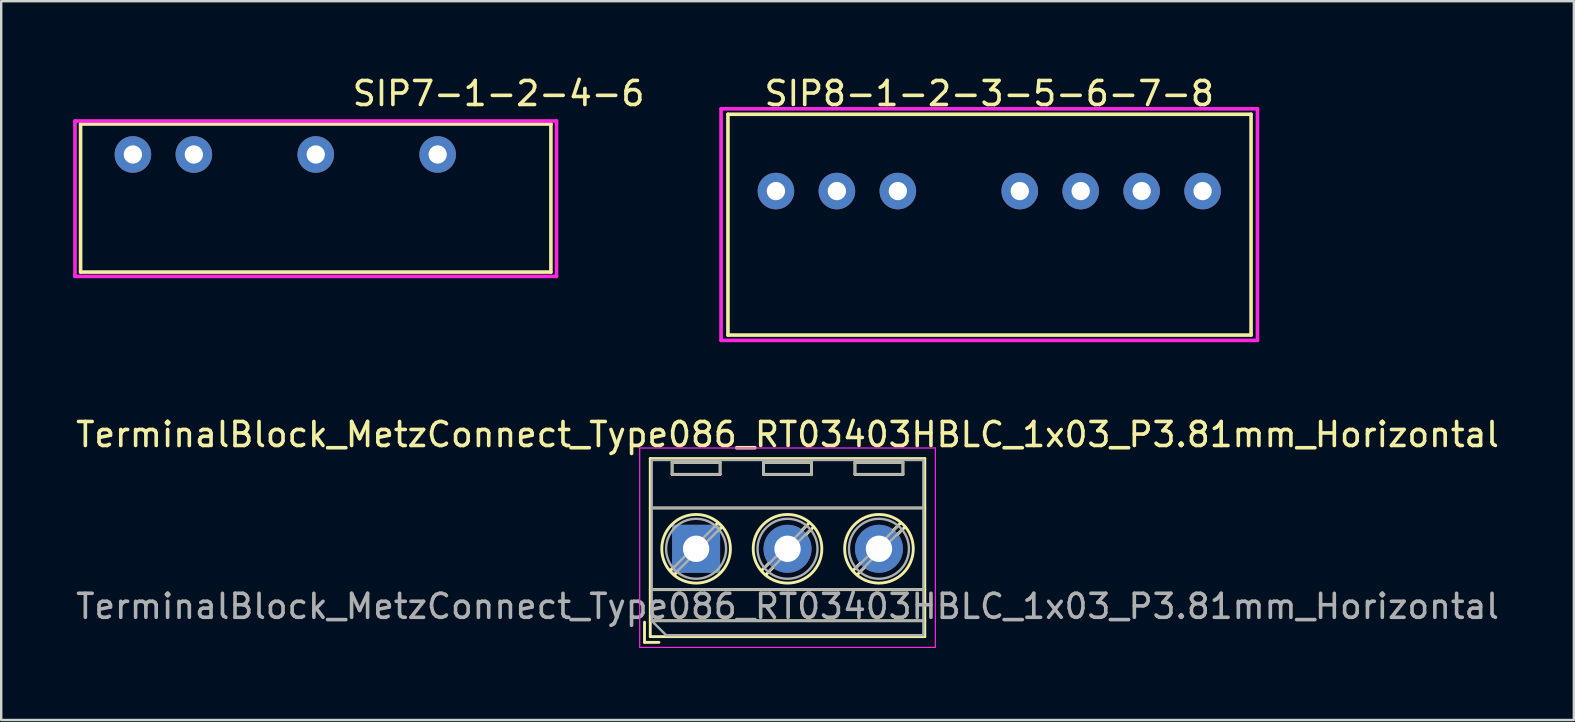
<source format=kicad_pcb>
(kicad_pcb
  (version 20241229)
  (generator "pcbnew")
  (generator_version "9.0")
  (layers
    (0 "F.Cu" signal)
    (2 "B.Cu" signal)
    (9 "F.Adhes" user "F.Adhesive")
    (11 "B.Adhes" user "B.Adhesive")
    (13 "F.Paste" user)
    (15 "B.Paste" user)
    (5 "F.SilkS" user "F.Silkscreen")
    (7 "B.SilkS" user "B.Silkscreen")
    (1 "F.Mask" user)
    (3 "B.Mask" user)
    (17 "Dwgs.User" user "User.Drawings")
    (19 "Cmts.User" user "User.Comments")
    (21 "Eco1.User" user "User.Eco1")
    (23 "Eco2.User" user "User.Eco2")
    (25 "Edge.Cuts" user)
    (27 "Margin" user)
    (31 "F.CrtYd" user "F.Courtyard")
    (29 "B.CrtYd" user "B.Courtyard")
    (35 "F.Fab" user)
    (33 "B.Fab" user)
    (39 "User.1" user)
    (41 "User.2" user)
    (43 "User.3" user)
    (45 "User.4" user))
  (footprint "SIP7-1-2-4-6"
    (layer "F.Cu")
    (at 10.108 3.388)
    (property "Reference" "SIP7-1-2-4-6" (at 7.62 -2.54 0) (layer "F.SilkS") (effects (font (size 1 1) (thickness 0.15))))
    (attr through_hole)
    (fp_line (start -9.8 -1.27) (end 9.8 -1.27) (stroke (width 0.15) (type solid)) (layer "F.SilkS"))
    (fp_line (start -9.8 4.9) (end -9.8 -1.27) (stroke (width 0.15) (type solid)) (layer "F.SilkS"))
    (fp_line (start -9.8 4.9) (end 9.8 4.9) (stroke (width 0.15) (type solid)) (layer "F.SilkS"))
    (fp_line (start 9.8 4.9) (end 9.8 -1.27) (stroke (width 0.15) (type solid)) (layer "F.SilkS"))
    (fp_line (start -10.033 -1.397) (end -10.033 5.08) (stroke (width 0.15) (type solid)) (layer "F.CrtYd"))
    (fp_line (start -10.033 5.08) (end 10.033 5.08) (stroke (width 0.15) (type solid)) (layer "F.CrtYd"))
    (fp_line (start 10.033 -1.397) (end -10.033 -1.397) (stroke (width 0.15) (type solid)) (layer "F.CrtYd"))
    (fp_line (start 10.033 5.08) (end 10.033 -1.397) (stroke (width 0.15) (type solid)) (layer "F.CrtYd"))
    (pad "1" thru_hole circle (at -7.62 0) (size 1.524 1.524) (drill 0.762) (layers "*.Cu" "*.Mask"))
    (pad "2" thru_hole circle (at -5.08 0) (size 1.524 1.524) (drill 0.762) (layers "*.Cu" "*.Mask"))
    (pad "4" thru_hole circle (at 0 0) (size 1.524 1.524) (drill 0.762) (layers "*.Cu" "*.Mask"))
    (pad "6" thru_hole circle (at 5.08 0) (size 1.524 1.524) (drill 0.762) (layers "*.Cu" "*.Mask")))
  (footprint "TerminalBlock_MetzConnect_Type086_RT03403HBLC_1x03_P3.81mm_Horizontal"
    (layer "F.Cu")
    (at 25.958 19.819)
    (property "Reference" "TerminalBlock_MetzConnect_Type086_RT03403HBLC_1x03_P3.81mm_Horizontal" (at 3.81 -4.76 0) (layer "F.SilkS") (effects (font (size 1 1) (thickness 0.15))))
    (attr through_hole)
    (fp_line (start -2.15 3.06) (end -2.15 3.9) (stroke (width 0.12) (type solid)) (layer "F.SilkS"))
    (fp_line (start -2.15 3.9) (end -1.55 3.9) (stroke (width 0.12) (type solid)) (layer "F.SilkS"))
    (fp_line (start -1.91 -3.76) (end -1.91 3.66) (stroke (width 0.12) (type solid)) (layer "F.SilkS"))
    (fp_line (start -1.91 -3.76) (end 9.53 -3.76) (stroke (width 0.12) (type solid)) (layer "F.SilkS"))
    (fp_line (start -1.91 -1.7) (end 9.53 -1.7) (stroke (width 0.12) (type solid)) (layer "F.SilkS"))
    (fp_line (start -1.91 1.701) (end 9.53 1.701) (stroke (width 0.12) (type solid)) (layer "F.SilkS"))
    (fp_line (start -1.91 3) (end 9.53 3) (stroke (width 0.12) (type solid)) (layer "F.SilkS"))
    (fp_line (start -1.91 3.66) (end 9.53 3.66) (stroke (width 0.12) (type solid)) (layer "F.SilkS"))
    (fp_line (start -1 -3.6) (end -1 -3.1) (stroke (width 0.12) (type solid)) (layer "F.SilkS"))
    (fp_line (start -1 -3.6) (end 1 -3.6) (stroke (width 0.12) (type solid)) (layer "F.SilkS"))
    (fp_line (start -1 -3.1) (end 1 -3.1) (stroke (width 0.12) (type solid)) (layer "F.SilkS"))
    (fp_line (start -0.946 0.771) (end -1.085 0.91) (stroke (width 0.12) (type solid)) (layer "F.SilkS"))
    (fp_line (start -0.771 0.945) (end -0.911 1.085) (stroke (width 0.12) (type solid)) (layer "F.SilkS"))
    (fp_line (start 0.911 -1.085) (end 0.771 -0.945) (stroke (width 0.12) (type solid)) (layer "F.SilkS"))
    (fp_line (start 1 -3.6) (end 1 -3.1) (stroke (width 0.12) (type solid)) (layer "F.SilkS"))
    (fp_line (start 1.085 -0.91) (end 0.945 -0.771) (stroke (width 0.12) (type solid)) (layer "F.SilkS"))
    (fp_line (start 2.81 -3.6) (end 2.81 -3.1) (stroke (width 0.12) (type solid)) (layer "F.SilkS"))
    (fp_line (start 2.81 -3.6) (end 4.81 -3.6) (stroke (width 0.12) (type solid)) (layer "F.SilkS"))
    (fp_line (start 2.81 -3.1) (end 4.81 -3.1) (stroke (width 0.12) (type solid)) (layer "F.SilkS"))
    (fp_line (start 3.025 0.611) (end 2.726 0.91) (stroke (width 0.12) (type solid)) (layer "F.SilkS"))
    (fp_line (start 3.2 0.786) (end 2.9 1.085) (stroke (width 0.12) (type solid)) (layer "F.SilkS"))
    (fp_line (start 4.721 -1.085) (end 4.421 -0.786) (stroke (width 0.12) (type solid)) (layer "F.SilkS"))
    (fp_line (start 4.81 -3.6) (end 4.81 -3.1) (stroke (width 0.12) (type solid)) (layer "F.SilkS"))
    (fp_line (start 4.895 -0.91) (end 4.596 -0.611) (stroke (width 0.12) (type solid)) (layer "F.SilkS"))
    (fp_line (start 6.62 -3.6) (end 6.62 -3.1) (stroke (width 0.12) (type solid)) (layer "F.SilkS"))
    (fp_line (start 6.62 -3.6) (end 8.62 -3.6) (stroke (width 0.12) (type solid)) (layer "F.SilkS"))
    (fp_line (start 6.62 -3.1) (end 8.62 -3.1) (stroke (width 0.12) (type solid)) (layer "F.SilkS"))
    (fp_line (start 6.835 0.611) (end 6.536 0.91) (stroke (width 0.12) (type solid)) (layer "F.SilkS"))
    (fp_line (start 7.01 0.786) (end 6.71 1.085) (stroke (width 0.12) (type solid)) (layer "F.SilkS"))
    (fp_line (start 8.531 -1.085) (end 8.231 -0.786) (stroke (width 0.12) (type solid)) (layer "F.SilkS"))
    (fp_line (start 8.62 -3.6) (end 8.62 -3.1) (stroke (width 0.12) (type solid)) (layer "F.SilkS"))
    (fp_line (start 8.705 -0.91) (end 8.406 -0.611) (stroke (width 0.12) (type solid)) (layer "F.SilkS"))
    (fp_line (start 9.53 -3.76) (end 9.53 3.66) (stroke (width 0.12) (type solid)) (layer "F.SilkS"))
    (fp_circle (center 0 0) (end 1.43 0) (stroke (width 0.12) (type solid)) (fill no) (layer "F.SilkS"))
    (fp_circle (center 3.81 0) (end 5.24 0) (stroke (width 0.12) (type solid)) (fill no) (layer "F.SilkS"))
    (fp_circle (center 7.62 0) (end 9.05 0) (stroke (width 0.12) (type solid)) (fill no) (layer "F.SilkS"))
    (fp_line (start -2.35 -4.2) (end -2.35 4.11) (stroke (width 0.05) (type solid)) (layer "F.CrtYd"))
    (fp_line (start -2.35 4.11) (end 9.97 4.11) (stroke (width 0.05) (type solid)) (layer "F.CrtYd"))
    (fp_line (start 9.97 -4.2) (end -2.35 -4.2) (stroke (width 0.05) (type solid)) (layer "F.CrtYd"))
    (fp_line (start 9.97 4.11) (end 9.97 -4.2) (stroke (width 0.05) (type solid)) (layer "F.CrtYd"))
    (fp_line (start -1.85 -3.7) (end 9.47 -3.7) (stroke (width 0.1) (type solid)) (layer "F.Fab"))
    (fp_line (start -1.85 -1.7) (end 9.47 -1.7) (stroke (width 0.1) (type solid)) (layer "F.Fab"))
    (fp_line (start -1.85 1.7) (end 9.47 1.7) (stroke (width 0.1) (type solid)) (layer "F.Fab"))
    (fp_line (start -1.85 3) (end -1.85 -3.7) (stroke (width 0.1) (type solid)) (layer "F.Fab"))
    (fp_line (start -1.85 3) (end 9.47 3) (stroke (width 0.1) (type solid)) (layer "F.Fab"))
    (fp_line (start -1.25 3.6) (end -1.85 3) (stroke (width 0.1) (type solid)) (layer "F.Fab"))
    (fp_line (start -1 -3.6) (end -1 -3.1) (stroke (width 0.1) (type solid)) (layer "F.Fab"))
    (fp_line (start -1 -3.1) (end 1 -3.1) (stroke (width 0.1) (type solid)) (layer "F.Fab"))
    (fp_line (start 0.796 -0.948) (end -0.949 0.796) (stroke (width 0.1) (type solid)) (layer "F.Fab"))
    (fp_line (start 0.949 -0.796) (end -0.796 0.948) (stroke (width 0.1) (type solid)) (layer "F.Fab"))
    (fp_line (start 1 -3.6) (end -1 -3.6) (stroke (width 0.1) (type solid)) (layer "F.Fab"))
    (fp_line (start 1 -3.1) (end 1 -3.6) (stroke (width 0.1) (type solid)) (layer "F.Fab"))
    (fp_line (start 2.81 -3.6) (end 2.81 -3.1) (stroke (width 0.1) (type solid)) (layer "F.Fab"))
    (fp_line (start 2.81 -3.1) (end 4.81 -3.1) (stroke (width 0.1) (type solid)) (layer "F.Fab"))
    (fp_line (start 4.606 -0.948) (end 2.862 0.796) (stroke (width 0.1) (type solid)) (layer "F.Fab"))
    (fp_line (start 4.759 -0.796) (end 3.015 0.948) (stroke (width 0.1) (type solid)) (layer "F.Fab"))
    (fp_line (start 4.81 -3.6) (end 2.81 -3.6) (stroke (width 0.1) (type solid)) (layer "F.Fab"))
    (fp_line (start 4.81 -3.1) (end 4.81 -3.6) (stroke (width 0.1) (type solid)) (layer "F.Fab"))
    (fp_line (start 6.62 -3.6) (end 6.62 -3.1) (stroke (width 0.1) (type solid)) (layer "F.Fab"))
    (fp_line (start 6.62 -3.1) (end 8.62 -3.1) (stroke (width 0.1) (type solid)) (layer "F.Fab"))
    (fp_line (start 8.416 -0.948) (end 6.672 0.796) (stroke (width 0.1) (type solid)) (layer "F.Fab"))
    (fp_line (start 8.569 -0.796) (end 6.825 0.948) (stroke (width 0.1) (type solid)) (layer "F.Fab"))
    (fp_line (start 8.62 -3.6) (end 6.62 -3.6) (stroke (width 0.1) (type solid)) (layer "F.Fab"))
    (fp_line (start 8.62 -3.1) (end 8.62 -3.6) (stroke (width 0.1) (type solid)) (layer "F.Fab"))
    (fp_line (start 9.47 -3.7) (end 9.47 3.6) (stroke (width 0.1) (type solid)) (layer "F.Fab"))
    (fp_line (start 9.47 3.6) (end -1.25 3.6) (stroke (width 0.1) (type solid)) (layer "F.Fab"))
    (fp_circle (center 0 0) (end 1.25 0) (stroke (width 0.1) (type solid)) (fill no) (layer "F.Fab"))
    (fp_circle (center 3.81 0) (end 5.06 0) (stroke (width 0.1) (type solid)) (fill no) (layer "F.Fab"))
    (fp_circle (center 7.62 0) (end 8.87 0) (stroke (width 0.1) (type solid)) (fill no) (layer "F.Fab"))
    (fp_text user "${REFERENCE}" (at 3.81 2.4 0) (layer "F.Fab") (effects (font (size 1 1) (thickness 0.15))))
    (pad "1" thru_hole rect (at 0 0) (size 2 2) (drill 1.1) (layers "*.Cu" "*.Mask"))
    (pad "2" thru_hole circle (at 3.81 0) (size 2 2) (drill 1.1) (layers "*.Cu" "*.Mask"))
    (pad "3" thru_hole circle (at 7.62 0) (size 2 2) (drill 1.1) (layers "*.Cu" "*.Mask")))
  (footprint "SIP8-1-2-3-5-6-7-8"
    (layer "F.Cu")
    (at 29.285 4.912)
    (property "Reference" "SIP8-1-2-3-5-6-7-8" (at 8.89 -4.064 0) (layer "F.SilkS") (effects (font (size 1 1) (thickness 0.15))))
    (attr through_hole)
    (fp_line (start -2 -3.2) (end -2 6) (stroke (width 0.15) (type solid)) (layer "F.SilkS"))
    (fp_line (start -2 -3.2) (end 19.8 -3.2) (stroke (width 0.15) (type solid)) (layer "F.SilkS"))
    (fp_line (start -2 6) (end 19.8 6) (stroke (width 0.15) (type solid)) (layer "F.SilkS"))
    (fp_line (start 19.8 -3.2) (end 19.8 6) (stroke (width 0.15) (type solid)) (layer "F.SilkS"))
    (fp_line (start -2.286 -3.429) (end -2.286 6.223) (stroke (width 0.15) (type solid)) (layer "F.CrtYd"))
    (fp_line (start -2.286 6.223) (end 20.066 6.223) (stroke (width 0.15) (type solid)) (layer "F.CrtYd"))
    (fp_line (start 20.066 -3.429) (end -2.286 -3.429) (stroke (width 0.15) (type solid)) (layer "F.CrtYd"))
    (fp_line (start 20.066 6.223) (end 20.066 -3.429) (stroke (width 0.15) (type solid)) (layer "F.CrtYd"))
    (pad "1" thru_hole circle (at 0 0) (size 1.524 1.524) (drill 0.762) (layers "*.Cu" "*.Mask"))
    (pad "2" thru_hole circle (at 2.54 0) (size 1.524 1.524) (drill 0.762) (layers "*.Cu" "*.Mask"))
    (pad "3" thru_hole circle (at 5.08 0) (size 1.524 1.524) (drill 0.762) (layers "*.Cu" "*.Mask"))
    (pad "5" thru_hole circle (at 10.16 0) (size 1.524 1.524) (drill 0.762) (layers "*.Cu" "*.Mask"))
    (pad "6" thru_hole circle (at 12.7 0) (size 1.524 1.524) (drill 0.762) (layers "*.Cu" "*.Mask"))
    (pad "7" thru_hole circle (at 15.24 0) (size 1.524 1.524) (drill 0.762) (layers "*.Cu" "*.Mask"))
    (pad "8" thru_hole circle (at 17.78 0) (size 1.524 1.524) (drill 0.762) (layers "*.Cu" "*.Mask")))
  (gr_rect
    (start -3 -3)
    (end 62.536 26.953)
    (stroke (width 0.1) (type default))
    (fill no)
    (layer "Edge.Cuts")))
</source>
